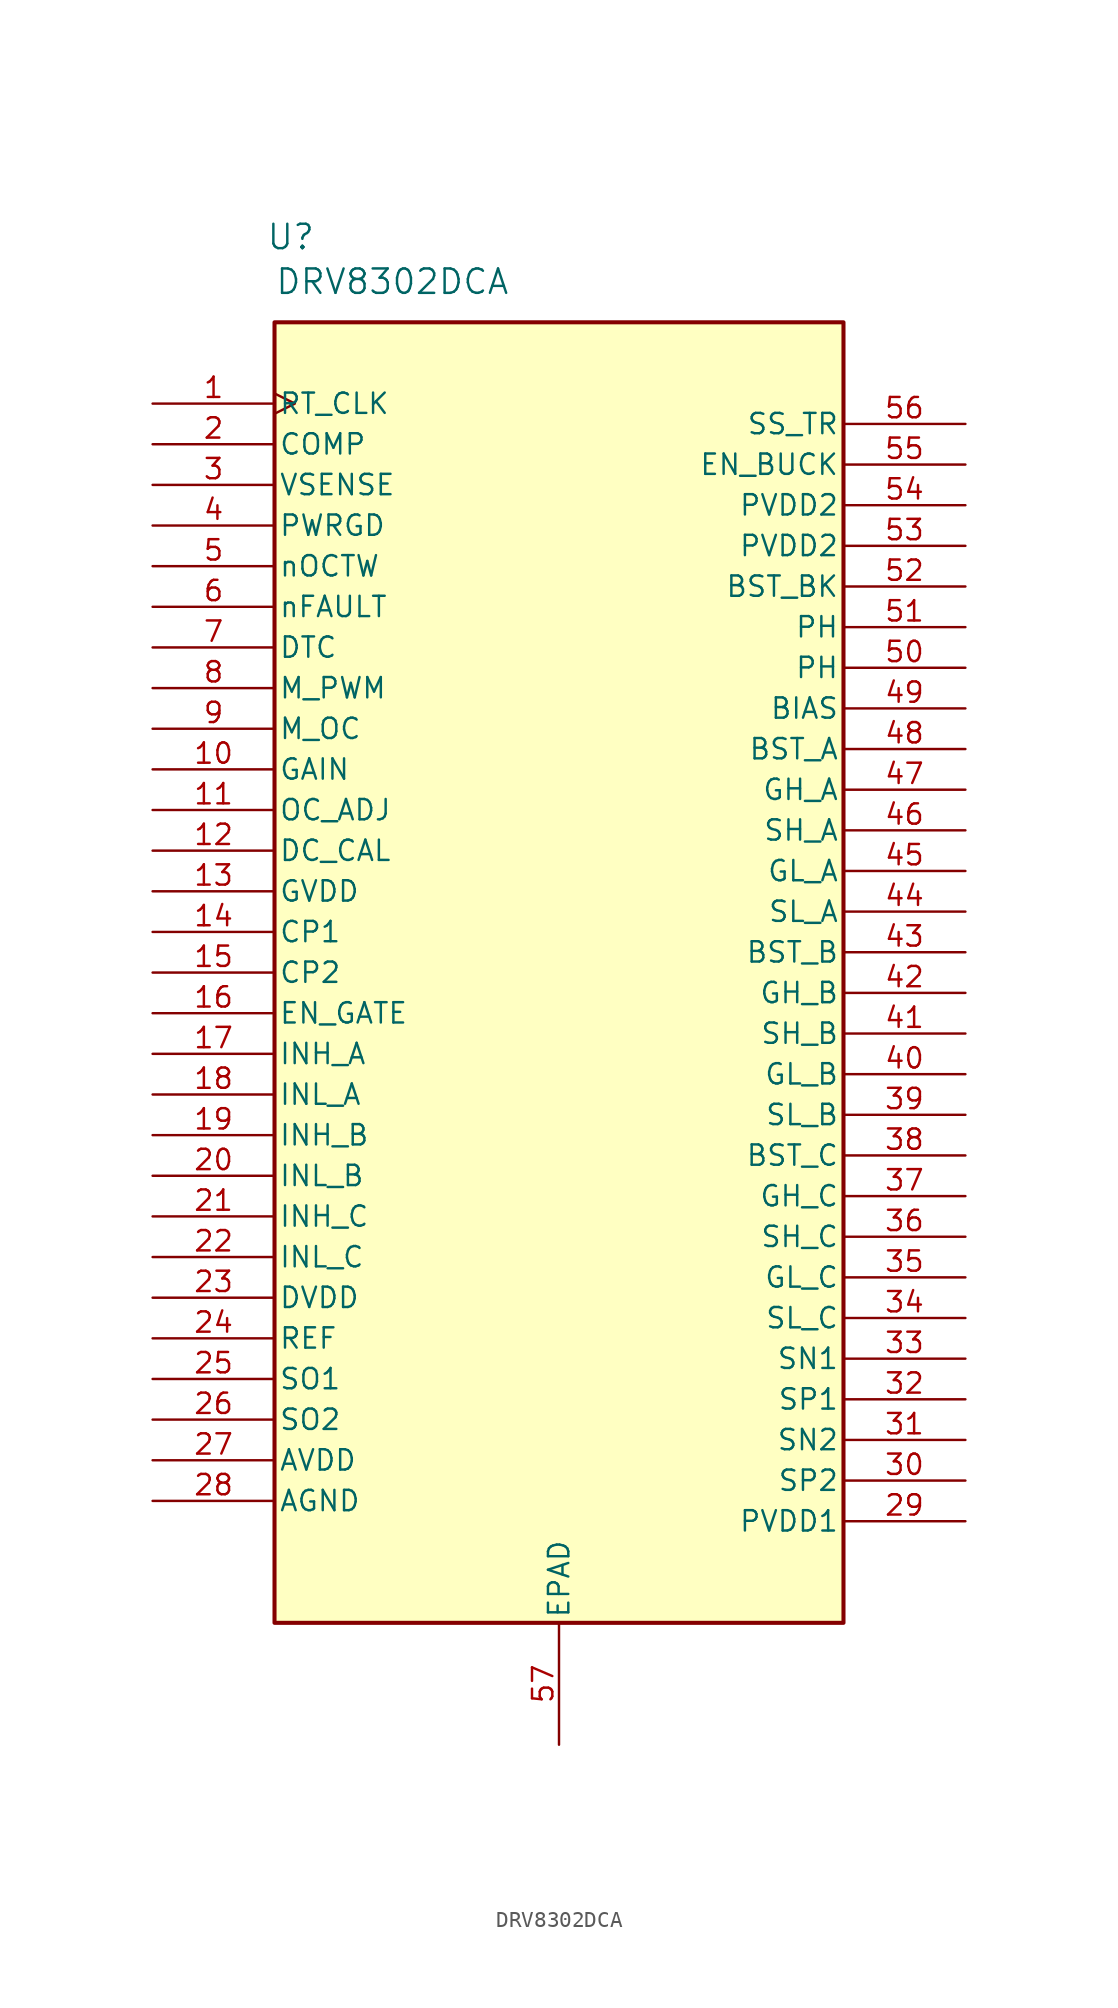
<source format=kicad_sym>
(kicad_symbol_lib
  (version 20241209)
  (generator "kicad_symbol_editor")
  (generator_version "9.0")
  (symbol "DRV8302DCA"
    (pin_names
      (offset 0.254))
    (property "Reference" "U"
      (at -16.764 45.974 0)
      (effects (font (size 1.524 1.524))))
    (property "Value" "DRV8302DCA"
      (at -10.414 43.18 0)
      (effects (font (size 1.524 1.524))))
    (property "ki_locked" ""
      (at 0 0 0)
      (effects (font (size 1.27 1.27))))
    (symbol "DRV8302DCA_0_1"
      (pin input clock (at -25.4 35.56 0) (length 7.62) (name "RT_CLK" (effects (font (size 1.27 1.27)))) (number "1" (effects (font (size 1.27 1.27)))))
      (pin output line (at -25.4 33.02 0) (length 7.62) (name "COMP" (effects (font (size 1.27 1.27)))) (number "2" (effects (font (size 1.27 1.27)))))
      (pin input line (at -25.4 30.48 0) (length 7.62) (name "VSENSE" (effects (font (size 1.27 1.27)))) (number "3" (effects (font (size 1.27 1.27)))))
      (pin input line (at -25.4 27.94 0) (length 7.62) (name "PWRGD" (effects (font (size 1.27 1.27)))) (number "4" (effects (font (size 1.27 1.27)))))
      (pin output line (at -25.4 25.4 0) (length 7.62) (name "nOCTW" (effects (font (size 1.27 1.27)))) (number "5" (effects (font (size 1.27 1.27)))))
      (pin output line (at -25.4 22.86 0) (length 7.62) (name "nFAULT" (effects (font (size 1.27 1.27)))) (number "6" (effects (font (size 1.27 1.27)))))
      (pin input line (at -25.4 20.32 0) (length 7.62) (name "DTC" (effects (font (size 1.27 1.27)))) (number "7" (effects (font (size 1.27 1.27)))))
      (pin input line (at -25.4 17.78 0) (length 7.62) (name "M_PWM" (effects (font (size 1.27 1.27)))) (number "8" (effects (font (size 1.27 1.27)))))
      (pin input line (at -25.4 15.24 0) (length 7.62) (name "M_OC" (effects (font (size 1.27 1.27)))) (number "9" (effects (font (size 1.27 1.27)))))
      (pin output line (at -25.4 12.7 0) (length 7.62) (name "GAIN" (effects (font (size 1.27 1.27)))) (number "10" (effects (font (size 1.27 1.27)))))
      (pin input line (at -25.4 10.16 0) (length 7.62) (name "OC_ADJ" (effects (font (size 1.27 1.27)))) (number "11" (effects (font (size 1.27 1.27)))))
      (pin input line (at -25.4 7.62 0) (length 7.62) (name "DC_CAL" (effects (font (size 1.27 1.27)))) (number "12" (effects (font (size 1.27 1.27)))))
      (pin power_in line (at -25.4 5.08 0) (length 7.62) (name "GVDD" (effects (font (size 1.27 1.27)))) (number "13" (effects (font (size 1.27 1.27)))))
      (pin power_in line (at -25.4 2.54 0) (length 7.62) (name "CP1" (effects (font (size 1.27 1.27)))) (number "14" (effects (font (size 1.27 1.27)))))
      (pin power_in line (at -25.4 0 0) (length 7.62) (name "CP2" (effects (font (size 1.27 1.27)))) (number "15" (effects (font (size 1.27 1.27)))))
      (pin input line (at -25.4 -2.54 0) (length 7.62) (name "EN_GATE" (effects (font (size 1.27 1.27)))) (number "16" (effects (font (size 1.27 1.27)))))
      (pin input line (at -25.4 -5.08 0) (length 7.62) (name "INH_A" (effects (font (size 1.27 1.27)))) (number "17" (effects (font (size 1.27 1.27)))))
      (pin input line (at -25.4 -7.62 0) (length 7.62) (name "INL_A" (effects (font (size 1.27 1.27)))) (number "18" (effects (font (size 1.27 1.27)))))
      (pin input line (at -25.4 -10.16 0) (length 7.62) (name "INH_B" (effects (font (size 1.27 1.27)))) (number "19" (effects (font (size 1.27 1.27)))))
      (pin input line (at -25.4 -12.7 0) (length 7.62) (name "INL_B" (effects (font (size 1.27 1.27)))) (number "20" (effects (font (size 1.27 1.27)))))
      (pin input line (at -25.4 -15.24 0) (length 7.62) (name "INH_C" (effects (font (size 1.27 1.27)))) (number "21" (effects (font (size 1.27 1.27)))))
      (pin input line (at -25.4 -17.78 0) (length 7.62) (name "INL_C" (effects (font (size 1.27 1.27)))) (number "22" (effects (font (size 1.27 1.27)))))
      (pin power_in line (at -25.4 -20.32 0) (length 7.62) (name "DVDD" (effects (font (size 1.27 1.27)))) (number "23" (effects (font (size 1.27 1.27)))))
      (pin input line (at -25.4 -22.86 0) (length 7.62) (name "REF" (effects (font (size 1.27 1.27)))) (number "24" (effects (font (size 1.27 1.27)))))
      (pin output line (at -25.4 -25.4 0) (length 7.62) (name "SO1" (effects (font (size 1.27 1.27)))) (number "25" (effects (font (size 1.27 1.27)))))
      (pin output line (at -25.4 -27.94 0) (length 7.62) (name "SO2" (effects (font (size 1.27 1.27)))) (number "26" (effects (font (size 1.27 1.27)))))
      (pin power_in line (at -25.4 -30.48 0) (length 7.62) (name "AVDD" (effects (font (size 1.27 1.27)))) (number "27" (effects (font (size 1.27 1.27)))))
      (pin power_in line (at -25.4 -33.02 0) (length 7.62) (name "AGND" (effects (font (size 1.27 1.27)))) (number "28" (effects (font (size 1.27 1.27)))))
      (pin passive line (at 0 -48.26 90) (length 7.62) (name "EPAD" (effects (font (size 1.27 1.27)))) (number "57" (effects (font (size 1.27 1.27)))))
      (pin input line (at 25.4 34.29 180) (length 7.62) (name "SS_TR" (effects (font (size 1.27 1.27)))) (number "56" (effects (font (size 1.27 1.27)))))
      (pin input line (at 25.4 31.75 180) (length 7.62) (name "EN_BUCK" (effects (font (size 1.27 1.27)))) (number "55" (effects (font (size 1.27 1.27)))))
      (pin power_in line (at 25.4 29.21 180) (length 7.62) (name "PVDD2" (effects (font (size 1.27 1.27)))) (number "54" (effects (font (size 1.27 1.27)))))
      (pin power_in line (at 25.4 26.67 180) (length 7.62) (name "PVDD2" (effects (font (size 1.27 1.27)))) (number "53" (effects (font (size 1.27 1.27)))))
      (pin power_in line (at 25.4 24.13 180) (length 7.62) (name "BST_BK" (effects (font (size 1.27 1.27)))) (number "52" (effects (font (size 1.27 1.27)))))
      (pin output line (at 25.4 21.59 180) (length 7.62) (name "PH" (effects (font (size 1.27 1.27)))) (number "51" (effects (font (size 1.27 1.27)))))
      (pin output line (at 25.4 19.05 180) (length 7.62) (name "PH" (effects (font (size 1.27 1.27)))) (number "50" (effects (font (size 1.27 1.27)))))
      (pin input line (at 25.4 16.51 180) (length 7.62) (name "BIAS" (effects (font (size 1.27 1.27)))) (number "49" (effects (font (size 1.27 1.27)))))
      (pin power_in line (at 25.4 13.97 180) (length 7.62) (name "BST_A" (effects (font (size 1.27 1.27)))) (number "48" (effects (font (size 1.27 1.27)))))
      (pin output line (at 25.4 11.43 180) (length 7.62) (name "GH_A" (effects (font (size 1.27 1.27)))) (number "47" (effects (font (size 1.27 1.27)))))
      (pin input line (at 25.4 8.89 180) (length 7.62) (name "SH_A" (effects (font (size 1.27 1.27)))) (number "46" (effects (font (size 1.27 1.27)))))
      (pin output line (at 25.4 6.35 180) (length 7.62) (name "GL_A" (effects (font (size 1.27 1.27)))) (number "45" (effects (font (size 1.27 1.27)))))
      (pin input line (at 25.4 3.81 180) (length 7.62) (name "SL_A" (effects (font (size 1.27 1.27)))) (number "44" (effects (font (size 1.27 1.27)))))
      (pin power_in line (at 25.4 1.27 180) (length 7.62) (name "BST_B" (effects (font (size 1.27 1.27)))) (number "43" (effects (font (size 1.27 1.27)))))
      (pin output line (at 25.4 -1.27 180) (length 7.62) (name "GH_B" (effects (font (size 1.27 1.27)))) (number "42" (effects (font (size 1.27 1.27)))))
      (pin input line (at 25.4 -3.81 180) (length 7.62) (name "SH_B" (effects (font (size 1.27 1.27)))) (number "41" (effects (font (size 1.27 1.27)))))
      (pin output line (at 25.4 -6.35 180) (length 7.62) (name "GL_B" (effects (font (size 1.27 1.27)))) (number "40" (effects (font (size 1.27 1.27)))))
      (pin input line (at 25.4 -8.89 180) (length 7.62) (name "SL_B" (effects (font (size 1.27 1.27)))) (number "39" (effects (font (size 1.27 1.27)))))
      (pin power_in line (at 25.4 -11.43 180) (length 7.62) (name "BST_C" (effects (font (size 1.27 1.27)))) (number "38" (effects (font (size 1.27 1.27)))))
      (pin output line (at 25.4 -13.97 180) (length 7.62) (name "GH_C" (effects (font (size 1.27 1.27)))) (number "37" (effects (font (size 1.27 1.27)))))
      (pin input line (at 25.4 -16.51 180) (length 7.62) (name "SH_C" (effects (font (size 1.27 1.27)))) (number "36" (effects (font (size 1.27 1.27)))))
      (pin output line (at 25.4 -19.05 180) (length 7.62) (name "GL_C" (effects (font (size 1.27 1.27)))) (number "35" (effects (font (size 1.27 1.27)))))
      (pin input line (at 25.4 -21.59 180) (length 7.62) (name "SL_C" (effects (font (size 1.27 1.27)))) (number "34" (effects (font (size 1.27 1.27)))))
      (pin input line (at 25.4 -24.13 180) (length 7.62) (name "SN1" (effects (font (size 1.27 1.27)))) (number "33" (effects (font (size 1.27 1.27)))))
      (pin input line (at 25.4 -26.67 180) (length 7.62) (name "SP1" (effects (font (size 1.27 1.27)))) (number "32" (effects (font (size 1.27 1.27)))))
      (pin input line (at 25.4 -29.21 180) (length 7.62) (name "SN2" (effects (font (size 1.27 1.27)))) (number "31" (effects (font (size 1.27 1.27)))))
      (pin input line (at 25.4 -31.75 180) (length 7.62) (name "SP2" (effects (font (size 1.27 1.27)))) (number "30" (effects (font (size 1.27 1.27)))))
      (pin power_in line (at 25.4 -34.29 180) (length 7.62) (name "PVDD1" (effects (font (size 1.27 1.27)))) (number "29" (effects (font (size 1.27 1.27))))))
    (symbol "DRV8302DCA_1_1"
      (rectangle (start -17.78 40.64) (end 17.78 -40.64) (stroke (width 0.254) (type solid)) (fill (type color) (color 255 255 194 1))))))
</source>
